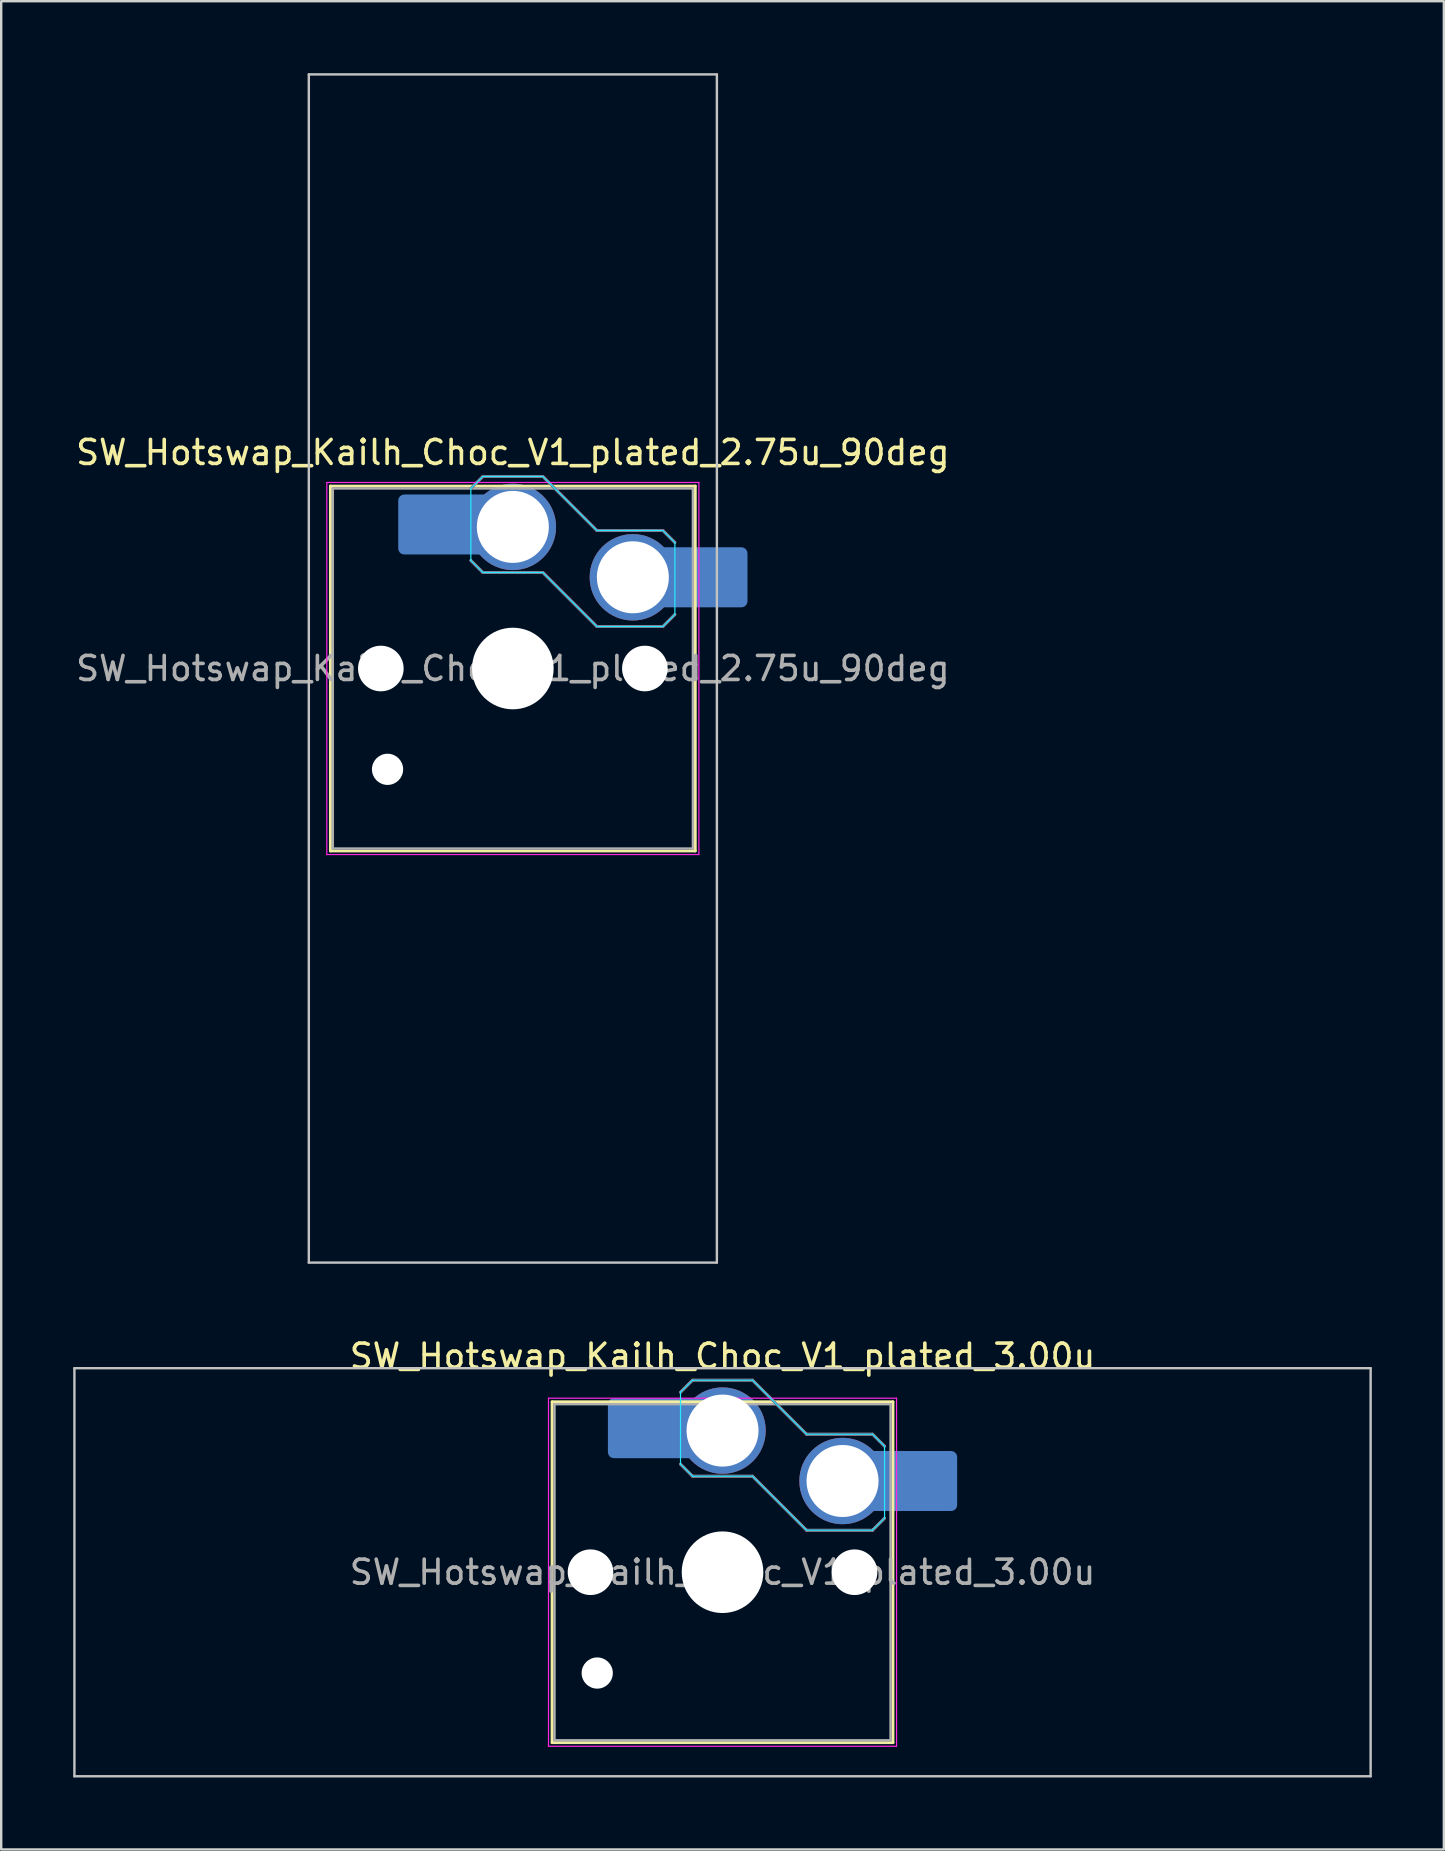
<source format=kicad_pcb>
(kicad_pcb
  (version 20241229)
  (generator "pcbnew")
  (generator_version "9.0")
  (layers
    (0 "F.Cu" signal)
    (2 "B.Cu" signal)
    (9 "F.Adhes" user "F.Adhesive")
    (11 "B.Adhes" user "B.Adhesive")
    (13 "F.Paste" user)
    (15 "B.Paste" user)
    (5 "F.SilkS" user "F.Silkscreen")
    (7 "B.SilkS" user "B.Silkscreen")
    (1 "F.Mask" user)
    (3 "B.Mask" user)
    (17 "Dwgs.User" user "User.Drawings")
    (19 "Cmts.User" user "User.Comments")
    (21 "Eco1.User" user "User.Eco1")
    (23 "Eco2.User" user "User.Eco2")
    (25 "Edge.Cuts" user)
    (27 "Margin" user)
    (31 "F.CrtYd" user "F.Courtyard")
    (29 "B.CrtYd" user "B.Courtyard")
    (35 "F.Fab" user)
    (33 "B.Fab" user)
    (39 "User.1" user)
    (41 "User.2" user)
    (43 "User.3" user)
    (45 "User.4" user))
  (footprint "SW_Hotswap_Kailh_Choc_V1_plated_3.00u"
    (layer "F.Cu")
    (at 27.05 62.448)
    (property "Reference" "SW_Hotswap_Kailh_Choc_V1_plated_3.00u" (at 0 -9 0) (layer "F.SilkS") (effects (font (size 1 1) (thickness 0.15))))
    (attr smd)
    (fp_line (start -7.1 -7.1) (end -7.1 7.1) (stroke (width 0.12) (type solid)) (layer "F.SilkS"))
    (fp_line (start -7.1 7.1) (end 7.1 7.1) (stroke (width 0.12) (type solid)) (layer "F.SilkS"))
    (fp_line (start 7.1 -7.1) (end -7.1 -7.1) (stroke (width 0.12) (type solid)) (layer "F.SilkS"))
    (fp_line (start 7.1 7.1) (end 7.1 -7.1) (stroke (width 0.12) (type solid)) (layer "F.SilkS"))
    (fp_line (start -1.75 -7.5) (end -1.25 -8) (stroke (width 0.12) (type solid)) (layer "B.SilkS"))
    (fp_line (start -1.25 -8) (end 1.25 -8) (stroke (width 0.12) (type solid)) (layer "B.SilkS"))
    (fp_line (start -1.25 -4) (end -1.75 -4.5) (stroke (width 0.12) (type solid)) (layer "B.SilkS"))
    (fp_line (start 1.25 -8) (end 3.5 -5.75) (stroke (width 0.12) (type solid)) (layer "B.SilkS"))
    (fp_line (start 1.25 -4) (end -1.25 -4) (stroke (width 0.12) (type solid)) (layer "B.SilkS"))
    (fp_line (start 3.5 -5.75) (end 6.25 -5.75) (stroke (width 0.12) (type solid)) (layer "B.SilkS"))
    (fp_line (start 3.5 -1.75) (end 1.25 -4) (stroke (width 0.12) (type solid)) (layer "B.SilkS"))
    (fp_line (start 6.25 -5.75) (end 6.75 -5.25) (stroke (width 0.12) (type solid)) (layer "B.SilkS"))
    (fp_line (start 6.25 -1.75) (end 3.5 -1.75) (stroke (width 0.12) (type solid)) (layer "B.SilkS"))
    (fp_line (start 6.75 -2.25) (end 6.25 -1.75) (stroke (width 0.12) (type solid)) (layer "B.SilkS"))
    (fp_line (start -27 -8.5) (end -27 8.5) (stroke (width 0.1) (type solid)) (layer "Dwgs.User"))
    (fp_line (start -27 8.5) (end 27 8.5) (stroke (width 0.1) (type solid)) (layer "Dwgs.User"))
    (fp_line (start 27 -8.5) (end -27 -8.5) (stroke (width 0.1) (type solid)) (layer "Dwgs.User"))
    (fp_line (start 27 8.5) (end 27 -8.5) (stroke (width 0.1) (type solid)) (layer "Dwgs.User"))
    (fp_line (start -1.75 -7.5) (end -1.25 -8) (stroke (width 0.05) (type solid)) (layer "B.CrtYd"))
    (fp_line (start -1.75 -4.5) (end -1.75 -7.5) (stroke (width 0.05) (type solid)) (layer "B.CrtYd"))
    (fp_line (start -1.25 -8) (end 1.25 -8) (stroke (width 0.05) (type solid)) (layer "B.CrtYd"))
    (fp_line (start -1.25 -4) (end -1.75 -4.5) (stroke (width 0.05) (type solid)) (layer "B.CrtYd"))
    (fp_line (start 1.25 -8) (end 3.5 -5.75) (stroke (width 0.05) (type solid)) (layer "B.CrtYd"))
    (fp_line (start 1.25 -4) (end -1.25 -4) (stroke (width 0.05) (type solid)) (layer "B.CrtYd"))
    (fp_line (start 3.5 -5.75) (end 6.25 -5.75) (stroke (width 0.05) (type solid)) (layer "B.CrtYd"))
    (fp_line (start 3.5 -1.75) (end 1.25 -4) (stroke (width 0.05) (type solid)) (layer "B.CrtYd"))
    (fp_line (start 6.25 -5.75) (end 6.75 -5.25) (stroke (width 0.05) (type solid)) (layer "B.CrtYd"))
    (fp_line (start 6.25 -1.75) (end 3.5 -1.75) (stroke (width 0.05) (type solid)) (layer "B.CrtYd"))
    (fp_line (start 6.75 -5.25) (end 6.75 -2.25) (stroke (width 0.05) (type solid)) (layer "B.CrtYd"))
    (fp_line (start 6.75 -2.25) (end 6.25 -1.75) (stroke (width 0.05) (type solid)) (layer "B.CrtYd"))
    (fp_line (start -7.25 -7.25) (end -7.25 7.25) (stroke (width 0.05) (type solid)) (layer "F.CrtYd"))
    (fp_line (start -7.25 7.25) (end 7.25 7.25) (stroke (width 0.05) (type solid)) (layer "F.CrtYd"))
    (fp_line (start 7.25 -7.25) (end -7.25 -7.25) (stroke (width 0.05) (type solid)) (layer "F.CrtYd"))
    (fp_line (start 7.25 7.25) (end 7.25 -7.25) (stroke (width 0.05) (type solid)) (layer "F.CrtYd"))
    (fp_line (start -1.75 -7.5) (end -1.25 -8) (stroke (width 0.1) (type solid)) (layer "B.Fab"))
    (fp_line (start -1.25 -8) (end 1.25 -8) (stroke (width 0.1) (type solid)) (layer "B.Fab"))
    (fp_line (start -1.25 -4) (end -1.75 -4.5) (stroke (width 0.1) (type solid)) (layer "B.Fab"))
    (fp_line (start 1.25 -8) (end 3.5 -5.75) (stroke (width 0.1) (type solid)) (layer "B.Fab"))
    (fp_line (start 1.25 -4) (end -1.25 -4) (stroke (width 0.1) (type solid)) (layer "B.Fab"))
    (fp_line (start 3.5 -5.75) (end 6.25 -5.75) (stroke (width 0.1) (type solid)) (layer "B.Fab"))
    (fp_line (start 3.5 -1.75) (end 1.25 -4) (stroke (width 0.1) (type solid)) (layer "B.Fab"))
    (fp_line (start 6.25 -5.75) (end 6.75 -5.25) (stroke (width 0.1) (type solid)) (layer "B.Fab"))
    (fp_line (start 6.25 -1.75) (end 3.5 -1.75) (stroke (width 0.1) (type solid)) (layer "B.Fab"))
    (fp_line (start 6.75 -2.25) (end 6.25 -1.75) (stroke (width 0.1) (type solid)) (layer "B.Fab"))
    (fp_line (start -7 -7) (end -7 7) (stroke (width 0.1) (type solid)) (layer "F.Fab"))
    (fp_line (start -7 7) (end 7 7) (stroke (width 0.1) (type solid)) (layer "F.Fab"))
    (fp_line (start 7 -7) (end -7 -7) (stroke (width 0.1) (type solid)) (layer "F.Fab"))
    (fp_line (start 7 7) (end 7 -7) (stroke (width 0.1) (type solid)) (layer "F.Fab"))
    (fp_text user "${REFERENCE}" (at 0 0 0) (layer "F.Fab") (effects (font (size 1 1) (thickness 0.15))))
    (pad "" np_thru_hole circle (at -5.5 0) (size 1.9 1.9) (drill 1.9) (layers "*.Cu" "*.Mask"))
    (pad "" np_thru_hole circle (at -5.22 4.2) (size 1.3 1.3) (drill 1.3) (layers "*.Cu" "*.Mask"))
    (pad "" smd roundrect (at -3.5 -6) (size 2.55 2.5) (layers "B.Mask" "B.Paste") (roundrect_rratio 0.1))
    (pad "" np_thru_hole circle (at 0 0) (size 3.4 3.4) (drill 3.4) (layers "*.Cu" "*.Mask"))
    (pad "" np_thru_hole circle (at 5.5 0) (size 1.9 1.9) (drill 1.9) (layers "*.Cu" "*.Mask"))
    (pad "" smd roundrect (at 8.5 -3.8) (size 2.55 2.5) (layers "B.Mask" "B.Paste") (roundrect_rratio 0.1))
    (pad "1" smd roundrect (at -2.85 -6) (size 3.85 2.5) (layers "B.Cu") (roundrect_rratio 0.1))
    (pad "1" thru_hole circle (at 0 -5.9) (size 3.6 3.6) (drill 3) (layers "*.Cu" "B.Mask"))
    (pad "2" thru_hole circle (at 5 -3.8) (size 3.6 3.6) (drill 3) (layers "*.Cu" "B.Mask"))
    (pad "2" smd roundrect (at 7.85 -3.8) (size 3.85 2.5) (layers "B.Cu") (roundrect_rratio 0.1)))
  (footprint "SW_Hotswap_Kailh_Choc_V1_plated_2.75u_90deg"
    (layer "F.Cu")
    (at 18.315 24.8)
    (property "Reference" "SW_Hotswap_Kailh_Choc_V1_plated_2.75u_90deg" (at 0 -9 0) (layer "F.SilkS") (effects (font (size 1 1) (thickness 0.15))))
    (attr smd)
    (fp_line (start -7.6 -7.6) (end -7.6 7.6) (stroke (width 0.12) (type solid)) (layer "F.SilkS"))
    (fp_line (start -7.6 7.6) (end 7.6 7.6) (stroke (width 0.12) (type solid)) (layer "F.SilkS"))
    (fp_line (start 7.6 -7.6) (end -7.6 -7.6) (stroke (width 0.12) (type solid)) (layer "F.SilkS"))
    (fp_line (start 7.6 7.6) (end 7.6 -7.6) (stroke (width 0.12) (type solid)) (layer "F.SilkS"))
    (fp_line (start -1.75 -7.5) (end -1.25 -8) (stroke (width 0.12) (type solid)) (layer "B.SilkS"))
    (fp_line (start -1.25 -8) (end 1.25 -8) (stroke (width 0.12) (type solid)) (layer "B.SilkS"))
    (fp_line (start -1.25 -4) (end -1.75 -4.5) (stroke (width 0.12) (type solid)) (layer "B.SilkS"))
    (fp_line (start 1.25 -8) (end 3.5 -5.75) (stroke (width 0.12) (type solid)) (layer "B.SilkS"))
    (fp_line (start 1.25 -4) (end -1.25 -4) (stroke (width 0.12) (type solid)) (layer "B.SilkS"))
    (fp_line (start 3.5 -5.75) (end 6.25 -5.75) (stroke (width 0.12) (type solid)) (layer "B.SilkS"))
    (fp_line (start 3.5 -1.75) (end 1.25 -4) (stroke (width 0.12) (type solid)) (layer "B.SilkS"))
    (fp_line (start 6.25 -5.75) (end 6.75 -5.25) (stroke (width 0.12) (type solid)) (layer "B.SilkS"))
    (fp_line (start 6.25 -1.75) (end 3.5 -1.75) (stroke (width 0.12) (type solid)) (layer "B.SilkS"))
    (fp_line (start 6.75 -2.25) (end 6.25 -1.75) (stroke (width 0.12) (type solid)) (layer "B.SilkS"))
    (fp_line (start -8.5 -24.75) (end 8.5 -24.75) (stroke (width 0.1) (type solid)) (layer "Dwgs.User"))
    (fp_line (start -8.5 24.75) (end -8.5 -24.75) (stroke (width 0.1) (type solid)) (layer "Dwgs.User"))
    (fp_line (start 8.5 -24.75) (end 8.5 24.75) (stroke (width 0.1) (type solid)) (layer "Dwgs.User"))
    (fp_line (start 8.5 24.75) (end -8.5 24.75) (stroke (width 0.1) (type solid)) (layer "Dwgs.User"))
    (fp_line (start -7.25 -7.25) (end -7.25 7.25) (stroke (width 0.1) (type solid)) (layer "Eco1.User"))
    (fp_line (start -7.25 7.25) (end 7.25 7.25) (stroke (width 0.1) (type solid)) (layer "Eco1.User"))
    (fp_line (start 7.25 -7.25) (end -7.25 -7.25) (stroke (width 0.1) (type solid)) (layer "Eco1.User"))
    (fp_line (start 7.25 7.25) (end 7.25 -7.25) (stroke (width 0.1) (type solid)) (layer "Eco1.User"))
    (fp_line (start -1.75 -7.5) (end -1.25 -8) (stroke (width 0.05) (type solid)) (layer "B.CrtYd"))
    (fp_line (start -1.75 -4.5) (end -1.75 -7.5) (stroke (width 0.05) (type solid)) (layer "B.CrtYd"))
    (fp_line (start -1.25 -8) (end 1.25 -8) (stroke (width 0.05) (type solid)) (layer "B.CrtYd"))
    (fp_line (start -1.25 -4) (end -1.75 -4.5) (stroke (width 0.05) (type solid)) (layer "B.CrtYd"))
    (fp_line (start 1.25 -8) (end 3.5 -5.75) (stroke (width 0.05) (type solid)) (layer "B.CrtYd"))
    (fp_line (start 1.25 -4) (end -1.25 -4) (stroke (width 0.05) (type solid)) (layer "B.CrtYd"))
    (fp_line (start 3.5 -5.75) (end 6.25 -5.75) (stroke (width 0.05) (type solid)) (layer "B.CrtYd"))
    (fp_line (start 3.5 -1.75) (end 1.25 -4) (stroke (width 0.05) (type solid)) (layer "B.CrtYd"))
    (fp_line (start 6.25 -5.75) (end 6.75 -5.25) (stroke (width 0.05) (type solid)) (layer "B.CrtYd"))
    (fp_line (start 6.25 -1.75) (end 3.5 -1.75) (stroke (width 0.05) (type solid)) (layer "B.CrtYd"))
    (fp_line (start 6.75 -5.25) (end 6.75 -2.25) (stroke (width 0.05) (type solid)) (layer "B.CrtYd"))
    (fp_line (start 6.75 -2.25) (end 6.25 -1.75) (stroke (width 0.05) (type solid)) (layer "B.CrtYd"))
    (fp_line (start -7.75 -7.75) (end -7.75 7.75) (stroke (width 0.05) (type solid)) (layer "F.CrtYd"))
    (fp_line (start -7.75 7.75) (end 7.75 7.75) (stroke (width 0.05) (type solid)) (layer "F.CrtYd"))
    (fp_line (start 7.75 -7.75) (end -7.75 -7.75) (stroke (width 0.05) (type solid)) (layer "F.CrtYd"))
    (fp_line (start 7.75 7.75) (end 7.75 -7.75) (stroke (width 0.05) (type solid)) (layer "F.CrtYd"))
    (fp_line (start -1.75 -7.5) (end -1.25 -8) (stroke (width 0.1) (type solid)) (layer "B.Fab"))
    (fp_line (start -1.25 -8) (end 1.25 -8) (stroke (width 0.1) (type solid)) (layer "B.Fab"))
    (fp_line (start -1.25 -4) (end -1.75 -4.5) (stroke (width 0.1) (type solid)) (layer "B.Fab"))
    (fp_line (start 1.25 -8) (end 3.5 -5.75) (stroke (width 0.1) (type solid)) (layer "B.Fab"))
    (fp_line (start 1.25 -4) (end -1.25 -4) (stroke (width 0.1) (type solid)) (layer "B.Fab"))
    (fp_line (start 3.5 -5.75) (end 6.25 -5.75) (stroke (width 0.1) (type solid)) (layer "B.Fab"))
    (fp_line (start 3.5 -1.75) (end 1.25 -4) (stroke (width 0.1) (type solid)) (layer "B.Fab"))
    (fp_line (start 6.25 -5.75) (end 6.75 -5.25) (stroke (width 0.1) (type solid)) (layer "B.Fab"))
    (fp_line (start 6.25 -1.75) (end 3.5 -1.75) (stroke (width 0.1) (type solid)) (layer "B.Fab"))
    (fp_line (start 6.75 -2.25) (end 6.25 -1.75) (stroke (width 0.1) (type solid)) (layer "B.Fab"))
    (fp_line (start -7.5 -7.5) (end -7.5 7.5) (stroke (width 0.1) (type solid)) (layer "F.Fab"))
    (fp_line (start -7.5 7.5) (end 7.5 7.5) (stroke (width 0.1) (type solid)) (layer "F.Fab"))
    (fp_line (start 7.5 -7.5) (end -7.5 -7.5) (stroke (width 0.1) (type solid)) (layer "F.Fab"))
    (fp_line (start 7.5 7.5) (end 7.5 -7.5) (stroke (width 0.1) (type solid)) (layer "F.Fab"))
    (fp_text user "${REFERENCE}" (at 0 0 0) (layer "F.Fab") (effects (font (size 1 1) (thickness 0.15))))
    (pad "" np_thru_hole circle (at -5.5 0) (size 1.9 1.9) (drill 1.9) (layers "*.Cu" "*.Mask"))
    (pad "" np_thru_hole circle (at -5.22 4.2) (size 1.3 1.3) (drill 1.3) (layers "*.Cu" "*.Mask"))
    (pad "" smd roundrect (at -3.5 -6) (size 2.55 2.5) (layers "B.Mask" "B.Paste") (roundrect_rratio 0.1))
    (pad "" np_thru_hole circle (at 0 0) (size 3.4 3.4) (drill 3.4) (layers "*.Cu" "*.Mask"))
    (pad "" np_thru_hole circle (at 5.5 0) (size 1.9 1.9) (drill 1.9) (layers "*.Cu" "*.Mask"))
    (pad "" smd roundrect (at 8.5 -3.8) (size 2.55 2.5) (layers "B.Mask" "B.Paste") (roundrect_rratio 0.1))
    (pad "1" smd roundrect (at -2.85 -6) (size 3.85 2.5) (layers "B.Cu") (roundrect_rratio 0.1))
    (pad "1" thru_hole circle (at 0 -5.9) (size 3.6 3.6) (drill 3) (layers "*.Cu" "B.Mask"))
    (pad "2" thru_hole circle (at 5 -3.8) (size 3.6 3.6) (drill 3) (layers "*.Cu" "B.Mask"))
    (pad "2" smd roundrect (at 7.85 -3.8) (size 3.85 2.5) (layers "B.Cu") (roundrect_rratio 0.1)))
  (gr_rect
    (start -3 -3)
    (end 57.1 73.998)
    (stroke (width 0.1) (type default))
    (fill no)
    (layer "Edge.Cuts")))
</source>
